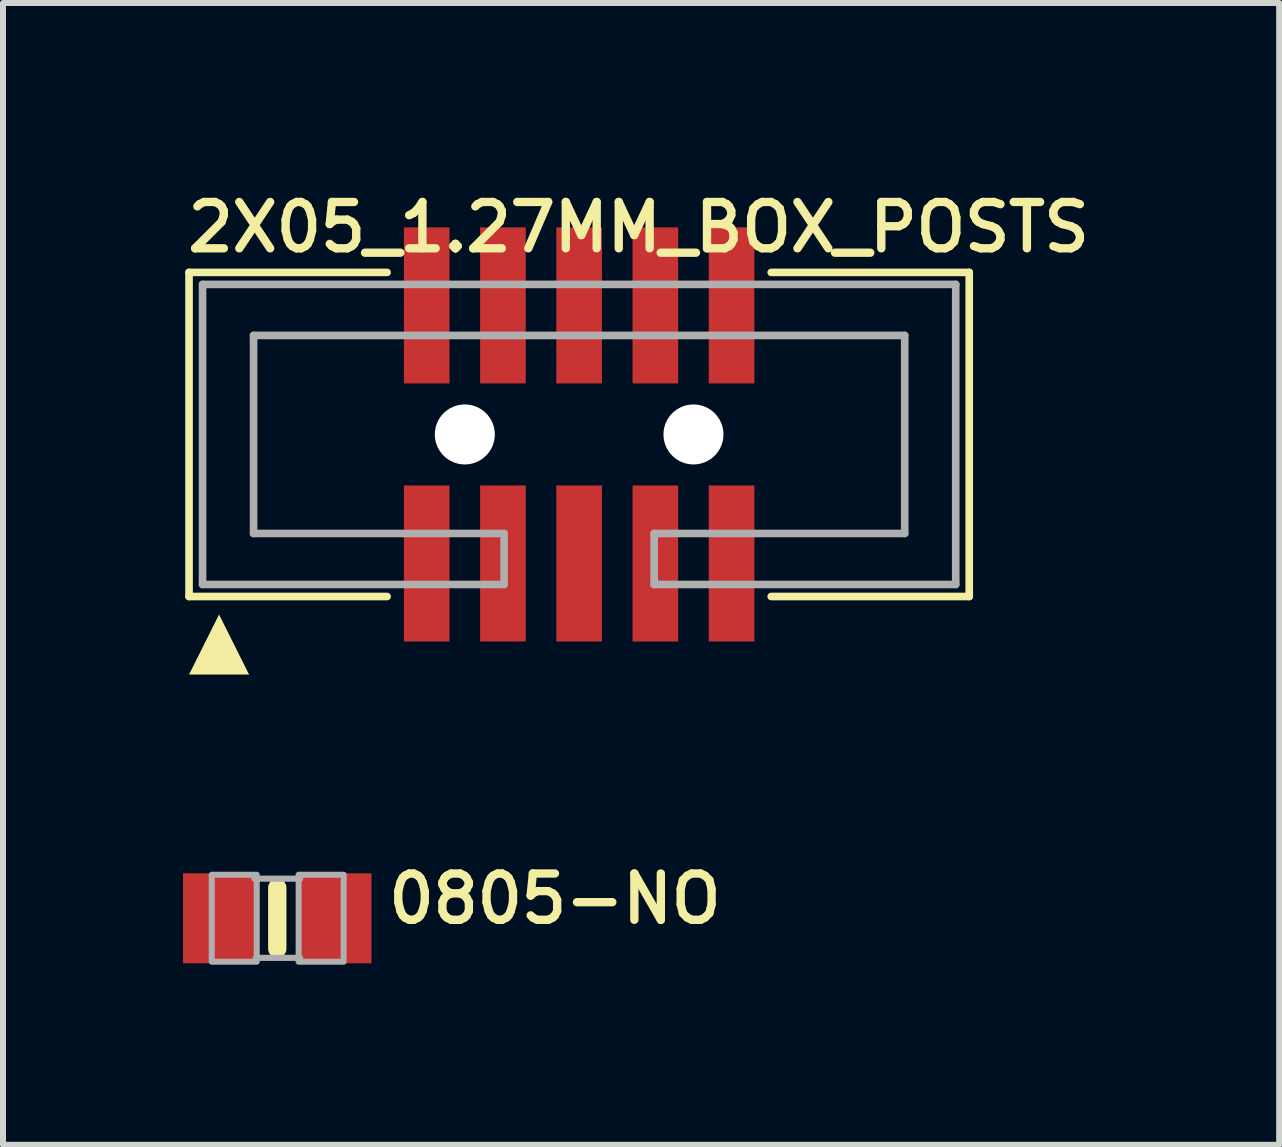
<source format=kicad_pcb>
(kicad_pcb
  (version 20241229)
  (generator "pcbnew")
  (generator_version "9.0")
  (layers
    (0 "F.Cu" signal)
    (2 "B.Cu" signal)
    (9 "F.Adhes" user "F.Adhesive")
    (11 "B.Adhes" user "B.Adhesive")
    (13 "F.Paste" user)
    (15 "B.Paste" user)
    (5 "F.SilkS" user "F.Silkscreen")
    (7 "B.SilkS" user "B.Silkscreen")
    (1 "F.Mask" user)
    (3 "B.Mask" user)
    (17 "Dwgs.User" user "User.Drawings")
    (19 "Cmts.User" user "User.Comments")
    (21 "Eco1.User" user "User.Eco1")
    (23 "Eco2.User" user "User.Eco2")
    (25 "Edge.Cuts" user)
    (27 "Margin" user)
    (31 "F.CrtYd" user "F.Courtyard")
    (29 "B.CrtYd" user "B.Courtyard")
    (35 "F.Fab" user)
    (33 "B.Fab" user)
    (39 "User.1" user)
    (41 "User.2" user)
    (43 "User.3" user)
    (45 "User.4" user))
  (footprint "2X05_1.27MM_BOX_POSTS"
    (layer "F.Cu")
    (at 6.6 4.189)
    (property "Reference" "2X05_1.27MM_BOX_POSTS" (at -6.6 -3 180) (layer "F.SilkS") (effects (font (size 0.772 0.772) (thickness 0.139)) (justify left bottom)))
    (attr through_hole)
    (fp_line (start -6.5 -2.7) (end -6.5 2.7) (stroke (width 0.127) (type solid)) (layer "F.SilkS"))
    (fp_line (start -6.5 2.7) (end -3.2 2.7) (stroke (width 0.127) (type solid)) (layer "F.SilkS"))
    (fp_line (start -3.2 -2.7) (end -6.5 -2.7) (stroke (width 0.127) (type solid)) (layer "F.SilkS"))
    (fp_line (start 3.2 -2.7) (end 6.5 -2.7) (stroke (width 0.127) (type solid)) (layer "F.SilkS"))
    (fp_line (start 6.5 -2.7) (end 6.5 2.7) (stroke (width 0.127) (type solid)) (layer "F.SilkS"))
    (fp_line (start 6.5 2.7) (end 3.2 2.7) (stroke (width 0.127) (type solid)) (layer "F.SilkS"))
    (fp_poly (pts (xy -6.5 4) (xy -5.5 4) (xy -6 3)) (stroke (width 0) (type solid)) (fill yes) (layer "F.SilkS"))
    (fp_line (start -6.275 -2.5) (end 6.275 -2.5) (stroke (width 0.127) (type solid)) (layer "F.Fab"))
    (fp_line (start -6.275 2.5) (end -6.275 -2.5) (stroke (width 0.127) (type solid)) (layer "F.Fab"))
    (fp_line (start -5.425 -1.65) (end 5.425 -1.65) (stroke (width 0.127) (type solid)) (layer "F.Fab"))
    (fp_line (start -5.425 1.65) (end -5.425 -1.65) (stroke (width 0.127) (type solid)) (layer "F.Fab"))
    (fp_line (start -1.25 1.65) (end -5.425 1.65) (stroke (width 0.127) (type solid)) (layer "F.Fab"))
    (fp_line (start -1.25 1.65) (end -1.25 2.5) (stroke (width 0.127) (type solid)) (layer "F.Fab"))
    (fp_line (start -1.25 2.5) (end -6.275 2.5) (stroke (width 0.127) (type solid)) (layer "F.Fab"))
    (fp_line (start 1.25 1.65) (end 1.25 2.5) (stroke (width 0.127) (type solid)) (layer "F.Fab"))
    (fp_line (start 5.425 -1.65) (end 5.425 1.65) (stroke (width 0.127) (type solid)) (layer "F.Fab"))
    (fp_line (start 5.425 1.65) (end 1.25 1.65) (stroke (width 0.127) (type solid)) (layer "F.Fab"))
    (fp_line (start 6.275 -2.5) (end 6.275 2.5) (stroke (width 0.127) (type solid)) (layer "F.Fab"))
    (fp_line (start 6.275 2.5) (end 1.25 2.5) (stroke (width 0.127) (type solid)) (layer "F.Fab"))
    (pad "" np_thru_hole circle (at -1.905 0) (size 1 1) (drill 1) (layers "*.Cu" "*.Mask"))
    (pad "" np_thru_hole circle (at 1.905 0) (size 1 1) (drill 1) (layers "*.Cu" "*.Mask"))
    (pad "1" smd rect (at -2.54 2.15) (size 0.76 2.6) (layers "F.Cu" "F.Mask" "F.Paste"))
    (pad "2" smd rect (at -2.54 -2.15) (size 0.76 2.6) (layers "F.Cu" "F.Mask" "F.Paste"))
    (pad "3" smd rect (at -1.27 2.15) (size 0.76 2.6) (layers "F.Cu" "F.Mask" "F.Paste"))
    (pad "4" smd rect (at -1.27 -2.15) (size 0.76 2.6) (layers "F.Cu" "F.Mask" "F.Paste"))
    (pad "5" smd rect (at 0 2.15) (size 0.76 2.6) (layers "F.Cu" "F.Mask" "F.Paste"))
    (pad "6" smd rect (at 0 -2.15) (size 0.76 2.6) (layers "F.Cu" "F.Mask" "F.Paste"))
    (pad "7" smd rect (at 1.27 2.15) (size 0.76 2.6) (layers "F.Cu" "F.Mask" "F.Paste"))
    (pad "8" smd rect (at 1.27 -2.15) (size 0.76 2.6) (layers "F.Cu" "F.Mask" "F.Paste"))
    (pad "9" smd rect (at 2.54 2.15) (size 0.76 2.6) (layers "F.Cu" "F.Mask" "F.Paste"))
    (pad "10" smd rect (at 2.54 -2.15) (size 0.76 2.6) (layers "F.Cu" "F.Mask" "F.Paste")))
  (footprint "0805-NO"
    (layer "F.Cu")
    (at 1.57 12.251)
    (property "Reference" "0805-NO" (at 1.778 0.127 180) (layer "F.SilkS") (effects (font (size 0.772 0.772) (thickness 0.139)) (justify left bottom)))
    (attr through_hole)
    (fp_line (start 0 -0.508) (end 0 0.508) (stroke (width 0.305) (type solid)) (layer "F.SilkS"))
    (fp_line (start -0.381 -0.66) (end 0.381 -0.66) (stroke (width 0.102) (type solid)) (layer "F.Fab"))
    (fp_line (start -0.356 0.66) (end 0.381 0.66) (stroke (width 0.102) (type solid)) (layer "F.Fab"))
    (fp_poly (pts (xy -1.092 0.724) (xy -0.342 0.724) (xy -0.342 -0.726) (xy -1.092 -0.726)) (stroke (width 0.1) (type solid)) (fill no) (layer "F.Fab"))
    (fp_poly (pts (xy 0.356 0.724) (xy 1.106 0.724) (xy 1.106 -0.726) (xy 0.356 -0.726)) (stroke (width 0.1) (type solid)) (fill no) (layer "F.Fab"))
    (pad "1" smd rect (at -0.95 0) (size 1.24 1.5) (layers "F.Cu" "F.Mask" "F.Paste"))
    (pad "2" smd rect (at 0.95 0) (size 1.24 1.5) (layers "F.Cu" "F.Mask" "F.Paste")))
  (gr_rect
    (start -3 -3)
    (end 18.264 16.025)
    (stroke (width 0.1) (type default))
    (fill no)
    (layer "Edge.Cuts")))
</source>
